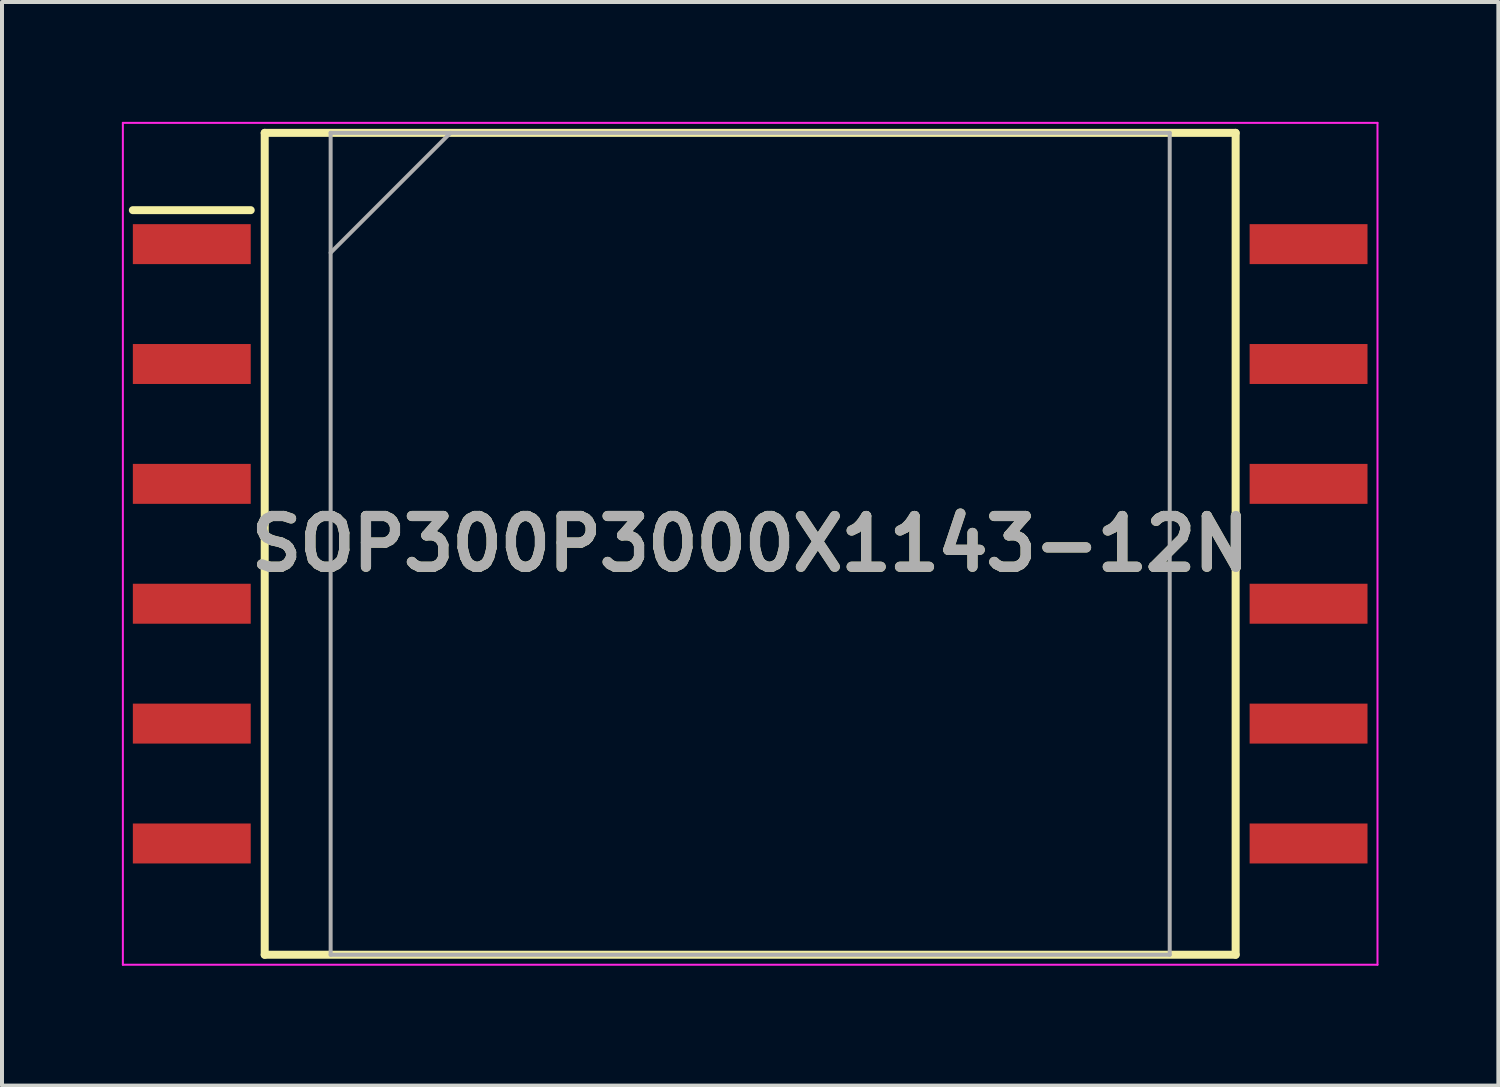
<source format=kicad_pcb>
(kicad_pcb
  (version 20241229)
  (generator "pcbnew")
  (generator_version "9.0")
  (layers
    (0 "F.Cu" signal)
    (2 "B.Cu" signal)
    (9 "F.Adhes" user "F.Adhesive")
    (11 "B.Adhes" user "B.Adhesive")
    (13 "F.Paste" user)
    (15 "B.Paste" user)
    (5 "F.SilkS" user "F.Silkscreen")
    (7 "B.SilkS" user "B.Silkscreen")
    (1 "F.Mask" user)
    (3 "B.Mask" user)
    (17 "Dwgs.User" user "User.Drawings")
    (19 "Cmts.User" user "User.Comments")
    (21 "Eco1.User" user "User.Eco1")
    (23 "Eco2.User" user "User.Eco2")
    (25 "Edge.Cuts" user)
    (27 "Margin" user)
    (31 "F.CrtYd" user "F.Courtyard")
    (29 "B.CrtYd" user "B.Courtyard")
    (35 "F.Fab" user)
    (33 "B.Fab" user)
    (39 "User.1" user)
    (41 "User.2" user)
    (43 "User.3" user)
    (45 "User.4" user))
  (footprint "SOP300P3000X1143-12N"
    (layer "F.Cu")
    (at 15.725 10.56)
    (property "Reference" "SOP300P3000X1143-12N" (at 0 0 0) (layer "F.SilkS") (effects (font (size 1.27 1.27) (thickness 0.254))))
    (attr smd)
    (fp_line (start -15.45 -8.35) (end -12.5 -8.35) (stroke (width 0.2) (type solid)) (layer "F.SilkS"))
    (fp_line (start -12.15 -10.285) (end 12.15 -10.285) (stroke (width 0.2) (type solid)) (layer "F.SilkS"))
    (fp_line (start -12.15 10.285) (end -12.15 -10.285) (stroke (width 0.2) (type solid)) (layer "F.SilkS"))
    (fp_line (start 12.15 -10.285) (end 12.15 10.285) (stroke (width 0.2) (type solid)) (layer "F.SilkS"))
    (fp_line (start 12.15 10.285) (end -12.15 10.285) (stroke (width 0.2) (type solid)) (layer "F.SilkS"))
    (fp_line (start -15.7 -10.535) (end 15.7 -10.535) (stroke (width 0.05) (type solid)) (layer "F.CrtYd"))
    (fp_line (start -15.7 10.535) (end -15.7 -10.535) (stroke (width 0.05) (type solid)) (layer "F.CrtYd"))
    (fp_line (start 15.7 -10.535) (end 15.7 10.535) (stroke (width 0.05) (type solid)) (layer "F.CrtYd"))
    (fp_line (start 15.7 10.535) (end -15.7 10.535) (stroke (width 0.05) (type solid)) (layer "F.CrtYd"))
    (fp_line (start -10.5 -10.285) (end 10.5 -10.285) (stroke (width 0.1) (type solid)) (layer "F.Fab"))
    (fp_line (start -10.5 -7.285) (end -7.5 -10.285) (stroke (width 0.1) (type solid)) (layer "F.Fab"))
    (fp_line (start -10.5 10.285) (end -10.5 -10.285) (stroke (width 0.1) (type solid)) (layer "F.Fab"))
    (fp_line (start 10.5 -10.285) (end 10.5 10.285) (stroke (width 0.1) (type solid)) (layer "F.Fab"))
    (fp_line (start 10.5 10.285) (end -10.5 10.285) (stroke (width 0.1) (type solid)) (layer "F.Fab"))
    (fp_text user "${REFERENCE}" (at 0 0 0) (layer "F.Fab") (effects (font (size 1.27 1.27) (thickness 0.254))))
    (pad "1" smd rect (at -13.975 -7.5 90) (size 1 2.95) (layers "F.Cu" "F.Mask" "F.Paste"))
    (pad "2" smd rect (at -13.975 -4.5 90) (size 1 2.95) (layers "F.Cu" "F.Mask" "F.Paste"))
    (pad "3" smd rect (at -13.975 -1.5 90) (size 1 2.95) (layers "F.Cu" "F.Mask" "F.Paste"))
    (pad "4" smd rect (at -13.975 1.5 90) (size 1 2.95) (layers "F.Cu" "F.Mask" "F.Paste"))
    (pad "5" smd rect (at -13.975 4.5 90) (size 1 2.95) (layers "F.Cu" "F.Mask" "F.Paste"))
    (pad "6" smd rect (at -13.975 7.5 90) (size 1 2.95) (layers "F.Cu" "F.Mask" "F.Paste"))
    (pad "7" smd rect (at 13.975 7.5 90) (size 1 2.95) (layers "F.Cu" "F.Mask" "F.Paste"))
    (pad "8" smd rect (at 13.975 4.5 90) (size 1 2.95) (layers "F.Cu" "F.Mask" "F.Paste"))
    (pad "9" smd rect (at 13.975 1.5 90) (size 1 2.95) (layers "F.Cu" "F.Mask" "F.Paste"))
    (pad "10" smd rect (at 13.975 -1.5 90) (size 1 2.95) (layers "F.Cu" "F.Mask" "F.Paste"))
    (pad "11" smd rect (at 13.975 -4.5 90) (size 1 2.95) (layers "F.Cu" "F.Mask" "F.Paste"))
    (pad "12" smd rect (at 13.975 -7.5 90) (size 1 2.95) (layers "F.Cu" "F.Mask" "F.Paste")))
  (gr_rect
    (start -3 -3)
    (end 34.45 24.12)
    (stroke (width 0.1) (type default))
    (fill no)
    (layer "Edge.Cuts")))
</source>
